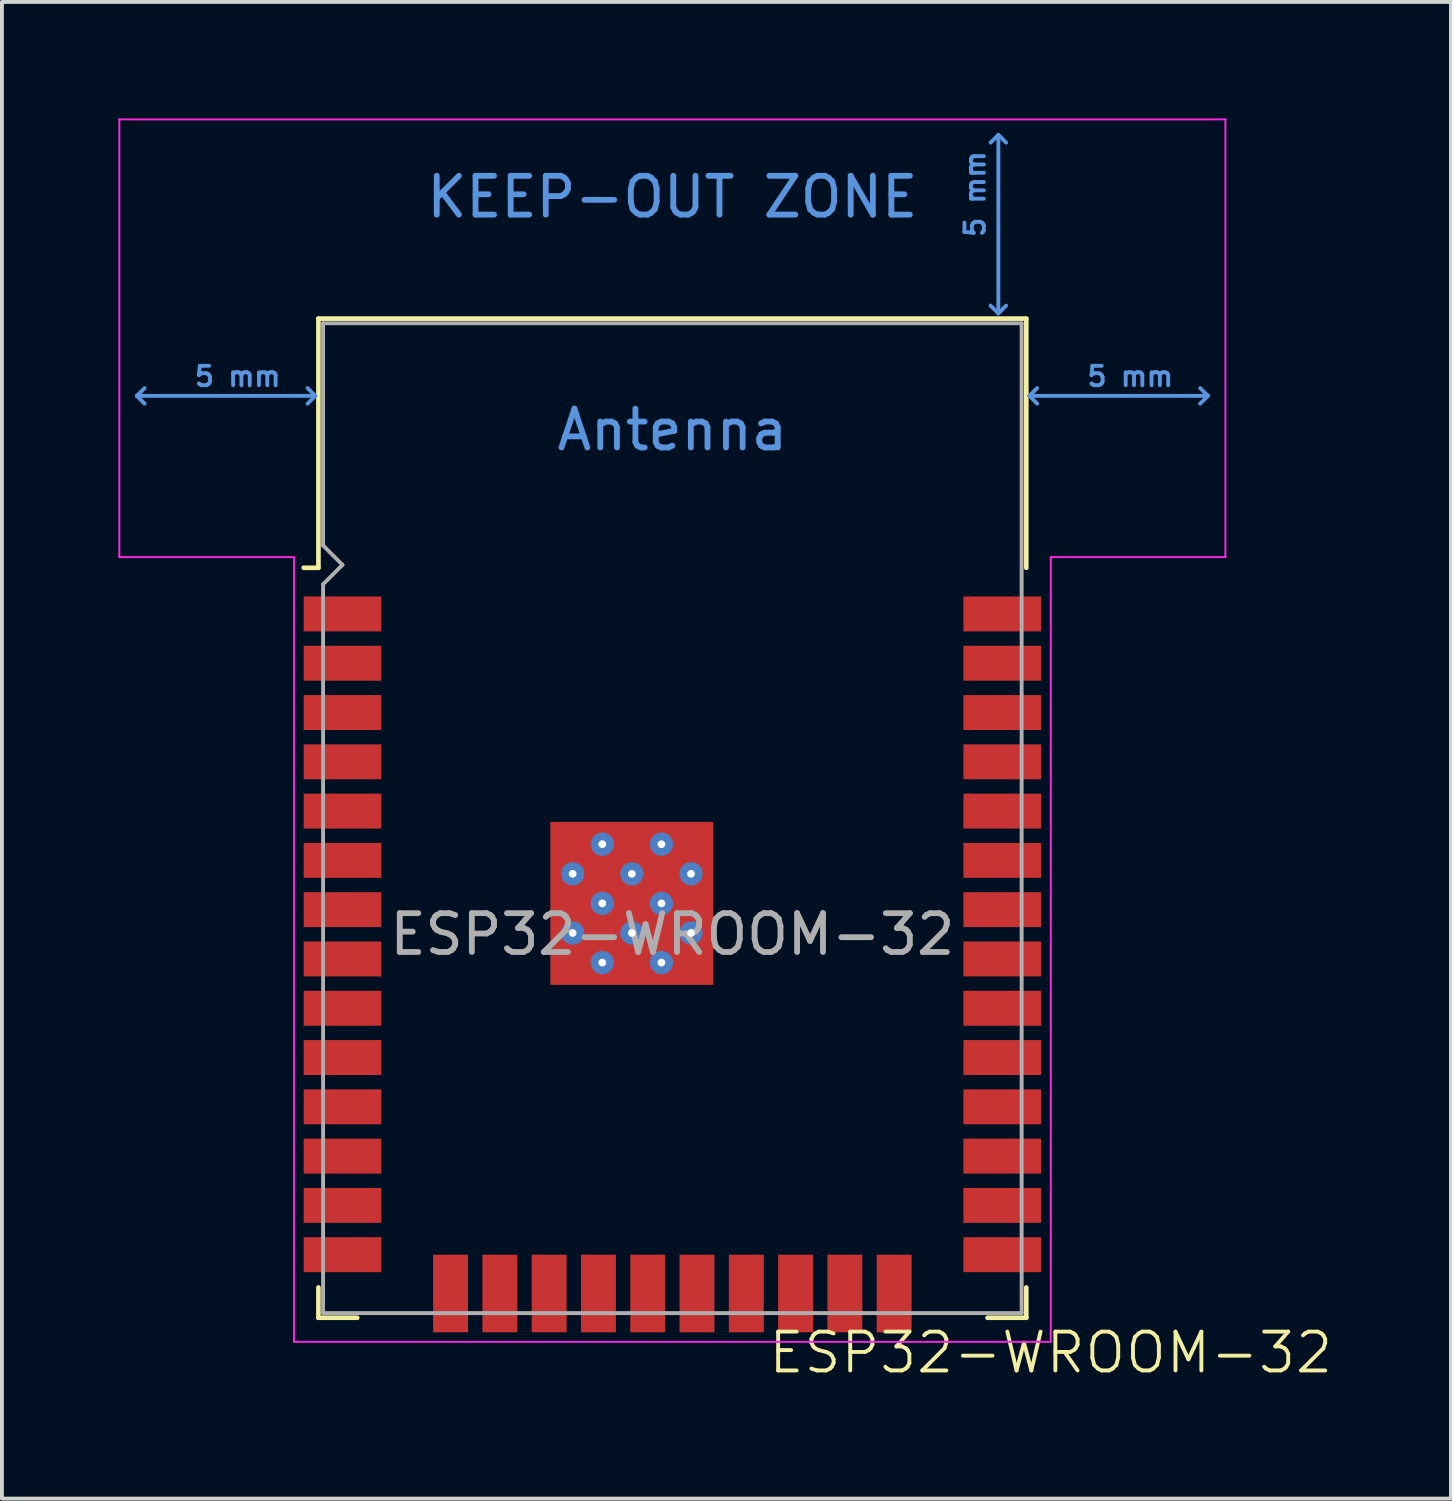
<source format=kicad_pcb>
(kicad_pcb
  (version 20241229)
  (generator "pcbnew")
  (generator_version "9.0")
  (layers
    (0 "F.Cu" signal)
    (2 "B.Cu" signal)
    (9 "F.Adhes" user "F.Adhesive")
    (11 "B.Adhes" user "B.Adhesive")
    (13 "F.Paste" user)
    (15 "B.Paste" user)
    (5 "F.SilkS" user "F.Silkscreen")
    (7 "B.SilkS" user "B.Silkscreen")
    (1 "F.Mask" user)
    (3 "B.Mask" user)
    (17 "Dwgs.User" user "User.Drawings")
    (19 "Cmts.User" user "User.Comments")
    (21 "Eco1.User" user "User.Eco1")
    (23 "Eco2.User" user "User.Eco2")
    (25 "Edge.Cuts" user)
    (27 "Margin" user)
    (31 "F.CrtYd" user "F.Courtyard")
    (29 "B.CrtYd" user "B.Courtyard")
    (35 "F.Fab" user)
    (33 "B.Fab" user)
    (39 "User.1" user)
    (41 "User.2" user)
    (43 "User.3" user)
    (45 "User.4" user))
  (footprint "ESP32-WROOM-32"
    (layer "F.Cu")
    (at 14.025 21.305)
    (property "Reference" "ESP32-WROOM-32" (at 10 10.5 0) (unlocked yes) (layer "F.SilkS") (effects (font (size 1 1) (thickness 0.1))))
    (attr smd)
    (fp_line (start -8.87 -16.145) (end -8.87 -9.725) (stroke (width 0.12) (type solid)) (layer "F.SilkS"))
    (fp_line (start -8.87 -16.145) (end 9.37 -16.145) (stroke (width 0.12) (type solid)) (layer "F.SilkS"))
    (fp_line (start -8.87 -9.725) (end -9.25 -9.725) (stroke (width 0.12) (type solid)) (layer "F.SilkS"))
    (fp_line (start -8.87 8.82) (end -8.87 9.6) (stroke (width 0.12) (type solid)) (layer "F.SilkS"))
    (fp_line (start -8.87 9.6) (end -7.87 9.6) (stroke (width 0.12) (type solid)) (layer "F.SilkS"))
    (fp_line (start 9.37 -16.145) (end 9.37 -9.725) (stroke (width 0.12) (type solid)) (layer "F.SilkS"))
    (fp_line (start 9.37 8.82) (end 9.37 9.6) (stroke (width 0.12) (type solid)) (layer "F.SilkS"))
    (fp_line (start 9.37 9.6) (end 8.37 9.6) (stroke (width 0.12) (type solid)) (layer "F.SilkS"))
    (fp_line (start -13.55 -14.155) (end -13.35 -14.355) (stroke (width 0.1) (type solid)) (layer "Cmts.User"))
    (fp_line (start -13.55 -14.155) (end -13.35 -13.955) (stroke (width 0.1) (type solid)) (layer "Cmts.User"))
    (fp_line (start -13.55 -14.155) (end -8.95 -14.155) (stroke (width 0.1) (type solid)) (layer "Cmts.User"))
    (fp_line (start -8.95 -14.155) (end -9.15 -14.355) (stroke (width 0.1) (type solid)) (layer "Cmts.User"))
    (fp_line (start -8.95 -14.155) (end -9.15 -13.955) (stroke (width 0.1) (type solid)) (layer "Cmts.User"))
    (fp_line (start 8.65 -20.88) (end 8.45 -20.68) (stroke (width 0.1) (type solid)) (layer "Cmts.User"))
    (fp_line (start 8.65 -20.88) (end 8.85 -20.68) (stroke (width 0.1) (type solid)) (layer "Cmts.User"))
    (fp_line (start 8.65 -16.28) (end 8.45 -16.48) (stroke (width 0.1) (type solid)) (layer "Cmts.User"))
    (fp_line (start 8.65 -16.28) (end 8.65 -20.88) (stroke (width 0.1) (type solid)) (layer "Cmts.User"))
    (fp_line (start 8.65 -16.28) (end 8.85 -16.48) (stroke (width 0.1) (type solid)) (layer "Cmts.User"))
    (fp_line (start 9.45 -14.155) (end 9.65 -14.355) (stroke (width 0.1) (type solid)) (layer "Cmts.User"))
    (fp_line (start 9.45 -14.155) (end 9.65 -13.955) (stroke (width 0.1) (type solid)) (layer "Cmts.User"))
    (fp_line (start 9.45 -14.155) (end 14.05 -14.155) (stroke (width 0.1) (type solid)) (layer "Cmts.User"))
    (fp_line (start 14.05 -14.155) (end 13.85 -14.355) (stroke (width 0.1) (type solid)) (layer "Cmts.User"))
    (fp_line (start 14.05 -14.155) (end 13.85 -13.955) (stroke (width 0.1) (type solid)) (layer "Cmts.User"))
    (fp_line (start -14 -21.28) (end -14 -10) (stroke (width 0.05) (type solid)) (layer "F.CrtYd"))
    (fp_line (start -14 -21.28) (end 14.5 -21.28) (stroke (width 0.05) (type solid)) (layer "F.CrtYd"))
    (fp_line (start -14 -10) (end -9.5 -10) (stroke (width 0.05) (type solid)) (layer "F.CrtYd"))
    (fp_line (start -9.5 10.22) (end -9.5 -10) (stroke (width 0.05) (type solid)) (layer "F.CrtYd"))
    (fp_line (start -9.5 10.22) (end 10 10.22) (stroke (width 0.05) (type solid)) (layer "F.CrtYd"))
    (fp_line (start 10 -10) (end 10 10.22) (stroke (width 0.05) (type solid)) (layer "F.CrtYd"))
    (fp_line (start 10 -10) (end 14.5 -10) (stroke (width 0.05) (type solid)) (layer "F.CrtYd"))
    (fp_line (start 14.5 -21.28) (end 14.5 -10) (stroke (width 0.05) (type solid)) (layer "F.CrtYd"))
    (fp_line (start -8.75 -16.025) (end -8.75 -10.3) (stroke (width 0.1) (type solid)) (layer "F.Fab"))
    (fp_line (start -8.75 -16.025) (end 9.25 -16.025) (stroke (width 0.1) (type solid)) (layer "F.Fab"))
    (fp_line (start -8.75 -9.3) (end -8.75 9.48) (stroke (width 0.1) (type solid)) (layer "F.Fab"))
    (fp_line (start -8.75 -9.3) (end -8.25 -9.8) (stroke (width 0.1) (type solid)) (layer "F.Fab"))
    (fp_line (start -8.75 9.48) (end 9.25 9.48) (stroke (width 0.1) (type solid)) (layer "F.Fab"))
    (fp_line (start -8.25 -9.8) (end -8.75 -10.3) (stroke (width 0.1) (type solid)) (layer "F.Fab"))
    (fp_line (start 9.25 9.48) (end 9.25 -16.025) (stroke (width 0.1) (type solid)) (layer "F.Fab"))
    (fp_text user "5 mm" (at -10.95 -14.655 0) (layer "Cmts.User") (effects (font (size 0.5 0.5) (thickness 0.1))))
    (fp_text user "KEEP-OUT ZONE" (at 0.25 -19.28 0) (layer "Cmts.User") (effects (font (size 1 1) (thickness 0.15))))
    (fp_text user "Antenna" (at 0.25 -13.28 0) (layer "Cmts.User") (effects (font (size 1 1) (thickness 0.15))))
    (fp_text user "5 mm" (at 12.05 -14.655 0) (layer "Cmts.User") (effects (font (size 0.5 0.5) (thickness 0.1))))
    (fp_text user "5 mm" (at 8.05 -19.355 90) (layer "Cmts.User") (effects (font (size 0.5 0.5) (thickness 0.1))))
    (fp_text user "${REFERENCE}" (at 0.25 -0.28 0) (layer "F.Fab") (effects (font (size 1 1) (thickness 0.15))))
    (pad "1" smd rect (at -8.25 -8.535) (size 2 0.9) (layers "F.Cu" "F.Mask" "F.Paste"))
    (pad "2" smd rect (at -8.25 -7.265) (size 2 0.9) (layers "F.Cu" "F.Mask" "F.Paste"))
    (pad "3" smd rect (at -8.25 -5.995) (size 2 0.9) (layers "F.Cu" "F.Mask" "F.Paste"))
    (pad "4" smd rect (at -8.25 -4.725) (size 2 0.9) (layers "F.Cu" "F.Mask" "F.Paste"))
    (pad "5" smd rect (at -8.25 -3.455) (size 2 0.9) (layers "F.Cu" "F.Mask" "F.Paste"))
    (pad "6" smd rect (at -8.25 -2.185) (size 2 0.9) (layers "F.Cu" "F.Mask" "F.Paste"))
    (pad "7" smd rect (at -8.25 -0.915) (size 2 0.9) (layers "F.Cu" "F.Mask" "F.Paste"))
    (pad "8" smd rect (at -8.25 0.355) (size 2 0.9) (layers "F.Cu" "F.Mask" "F.Paste"))
    (pad "9" smd rect (at -8.25 1.625) (size 2 0.9) (layers "F.Cu" "F.Mask" "F.Paste"))
    (pad "10" smd rect (at -8.25 2.895) (size 2 0.9) (layers "F.Cu" "F.Mask" "F.Paste"))
    (pad "11" smd rect (at -8.25 4.165) (size 2 0.9) (layers "F.Cu" "F.Mask" "F.Paste"))
    (pad "12" smd rect (at -8.25 5.435) (size 2 0.9) (layers "F.Cu" "F.Mask" "F.Paste"))
    (pad "13" smd rect (at -8.25 6.705) (size 2 0.9) (layers "F.Cu" "F.Mask" "F.Paste"))
    (pad "14" smd rect (at -8.25 7.975) (size 2 0.9) (layers "F.Cu" "F.Mask" "F.Paste"))
    (pad "15" smd rect (at -5.465 8.975 90) (size 2 0.9) (layers "F.Cu" "F.Mask" "F.Paste"))
    (pad "16" smd rect (at -4.195 8.975 90) (size 2 0.9) (layers "F.Cu" "F.Mask" "F.Paste"))
    (pad "17" smd rect (at -2.925 8.975 90) (size 2 0.9) (layers "F.Cu" "F.Mask" "F.Paste"))
    (pad "18" smd rect (at -1.655 8.975 90) (size 2 0.9) (layers "F.Cu" "F.Mask" "F.Paste"))
    (pad "19" smd rect (at -0.385 8.975 90) (size 2 0.9) (layers "F.Cu" "F.Mask" "F.Paste"))
    (pad "20" smd rect (at 0.885 8.975 90) (size 2 0.9) (layers "F.Cu" "F.Mask" "F.Paste"))
    (pad "21" smd rect (at 2.155 8.975 90) (size 2 0.9) (layers "F.Cu" "F.Mask" "F.Paste"))
    (pad "22" smd rect (at 3.425 8.975 90) (size 2 0.9) (layers "F.Cu" "F.Mask" "F.Paste"))
    (pad "23" smd rect (at 4.695 8.975 90) (size 2 0.9) (layers "F.Cu" "F.Mask" "F.Paste"))
    (pad "24" smd rect (at 5.965 8.975 90) (size 2 0.9) (layers "F.Cu" "F.Mask" "F.Paste"))
    (pad "25" smd rect (at 8.75 7.975) (size 2 0.9) (layers "F.Cu" "F.Mask" "F.Paste"))
    (pad "26" smd rect (at 8.75 6.705) (size 2 0.9) (layers "F.Cu" "F.Mask" "F.Paste"))
    (pad "27" smd rect (at 8.75 5.435) (size 2 0.9) (layers "F.Cu" "F.Mask" "F.Paste"))
    (pad "28" smd rect (at 8.75 4.165) (size 2 0.9) (layers "F.Cu" "F.Mask" "F.Paste"))
    (pad "29" smd rect (at 8.75 2.895) (size 2 0.9) (layers "F.Cu" "F.Mask" "F.Paste"))
    (pad "30" smd rect (at 8.75 1.625) (size 2 0.9) (layers "F.Cu" "F.Mask" "F.Paste"))
    (pad "31" smd rect (at 8.75 0.355) (size 2 0.9) (layers "F.Cu" "F.Mask" "F.Paste"))
    (pad "32" smd rect (at 8.75 -0.915) (size 2 0.9) (layers "F.Cu" "F.Mask" "F.Paste"))
    (pad "33" smd rect (at 8.75 -2.185) (size 2 0.9) (layers "F.Cu" "F.Mask" "F.Paste"))
    (pad "34" smd rect (at 8.75 -3.455) (size 2 0.9) (layers "F.Cu" "F.Mask" "F.Paste"))
    (pad "35" smd rect (at 8.75 -4.725) (size 2 0.9) (layers "F.Cu" "F.Mask" "F.Paste"))
    (pad "36" smd rect (at 8.75 -5.995) (size 2 0.9) (layers "F.Cu" "F.Mask" "F.Paste"))
    (pad "37" smd rect (at 8.75 -7.265) (size 2 0.9) (layers "F.Cu" "F.Mask" "F.Paste"))
    (pad "38" smd rect (at 8.75 -8.535) (size 2 0.9) (layers "F.Cu" "F.Mask" "F.Paste"))
    (pad "39" smd rect (at -2.319 -2.602) (size 1.05 1.05) (layers "F.Cu" "F.Paste"))
    (pad "39" thru_hole circle (at -2.319 -1.839) (size 0.6 0.6) (drill 0.2) (property pad_prop_heatsink) (layers "*.Cu" "F.Mask"))
    (pad "39" smd rect (at -2.319 -1.077) (size 1.05 1.05) (layers "F.Cu" "F.Paste"))
    (pad "39" thru_hole circle (at -2.319 -0.314) (size 0.6 0.6) (drill 0.2) (property pad_prop_heatsink) (layers "*.Cu" "F.Mask"))
    (pad "39" smd rect (at -2.319 0.448) (size 1.05 1.05) (layers "F.Cu" "F.Paste"))
    (pad "39" thru_hole circle (at -1.556 -2.602) (size 0.6 0.6) (drill 0.2) (property pad_prop_heatsink) (layers "*.Cu" "F.Mask"))
    (pad "39" thru_hole circle (at -1.556 -1.077) (size 0.6 0.6) (drill 0.2) (property pad_prop_heatsink) (layers "*.Cu" "F.Mask"))
    (pad "39" thru_hole circle (at -1.556 0.448) (size 0.6 0.6) (drill 0.2) (property pad_prop_heatsink) (layers "*.Cu" "F.Mask"))
    (pad "39" smd rect (at -0.794 -2.602) (size 1.05 1.05) (layers "F.Cu" "F.Paste"))
    (pad "39" thru_hole circle (at -0.794 -1.839) (size 0.6 0.6) (drill 0.2) (property pad_prop_heatsink) (layers "*.Cu" "F.Mask"))
    (pad "39" smd rect (at -0.794 -1.077) (size 1.05 1.05) (layers "F.Cu" "F.Paste"))
    (pad "39" smd rect (at -0.794 -1.077) (size 4.2 4.2) (layers "F.Cu" "F.Mask"))
    (pad "39" thru_hole circle (at -0.794 -0.314) (size 0.6 0.6) (drill 0.2) (property pad_prop_heatsink) (layers "*.Cu" "F.Mask"))
    (pad "39" smd rect (at -0.794 0.448) (size 1.05 1.05) (layers "F.Cu" "F.Paste"))
    (pad "39" thru_hole circle (at -0.031 -2.602) (size 0.6 0.6) (drill 0.2) (property pad_prop_heatsink) (layers "*.Cu" "F.Mask"))
    (pad "39" thru_hole circle (at -0.031 -1.077) (size 0.6 0.6) (drill 0.2) (property pad_prop_heatsink) (layers "*.Cu" "F.Mask"))
    (pad "39" thru_hole circle (at -0.031 0.448) (size 0.6 0.6) (drill 0.2) (property pad_prop_heatsink) (layers "*.Cu" "F.Mask"))
    (pad "39" smd rect (at 0.731 -2.602) (size 1.05 1.05) (layers "F.Cu" "F.Paste"))
    (pad "39" thru_hole circle (at 0.731 -1.839) (size 0.6 0.6) (drill 0.2) (property pad_prop_heatsink) (layers "*.Cu" "F.Mask"))
    (pad "39" smd rect (at 0.731 -1.077) (size 1.05 1.05) (layers "F.Cu" "F.Paste"))
    (pad "39" thru_hole circle (at 0.731 -0.314) (size 0.6 0.6) (drill 0.2) (property pad_prop_heatsink) (layers "*.Cu" "F.Mask"))
    (pad "39" smd rect (at 0.731 0.448) (size 1.05 1.05) (layers "F.Cu" "F.Paste"))
    (zone (net_name "") (layers "F.Cu" "B.Cu") (hatch full 0.508) (connect_pads) (min_thickness 0.254) (filled_areas_thickness no) (keepout (tracks not_allowed) (vias not_allowed) (pads not_allowed) (copperpour not_allowed) (footprints not_allowed)) (placement (enabled no)) (fill) (polygon (pts (xy 0.275 11.055) (xy 28.275 11.055) (xy 28.275 0.275) (xy 0.275 0.275)))))
  (gr_rect
    (start -3 -3)
    (end 34.337 35.566)
    (stroke (width 0.1) (type default))
    (fill no)
    (layer "Edge.Cuts")))
</source>
